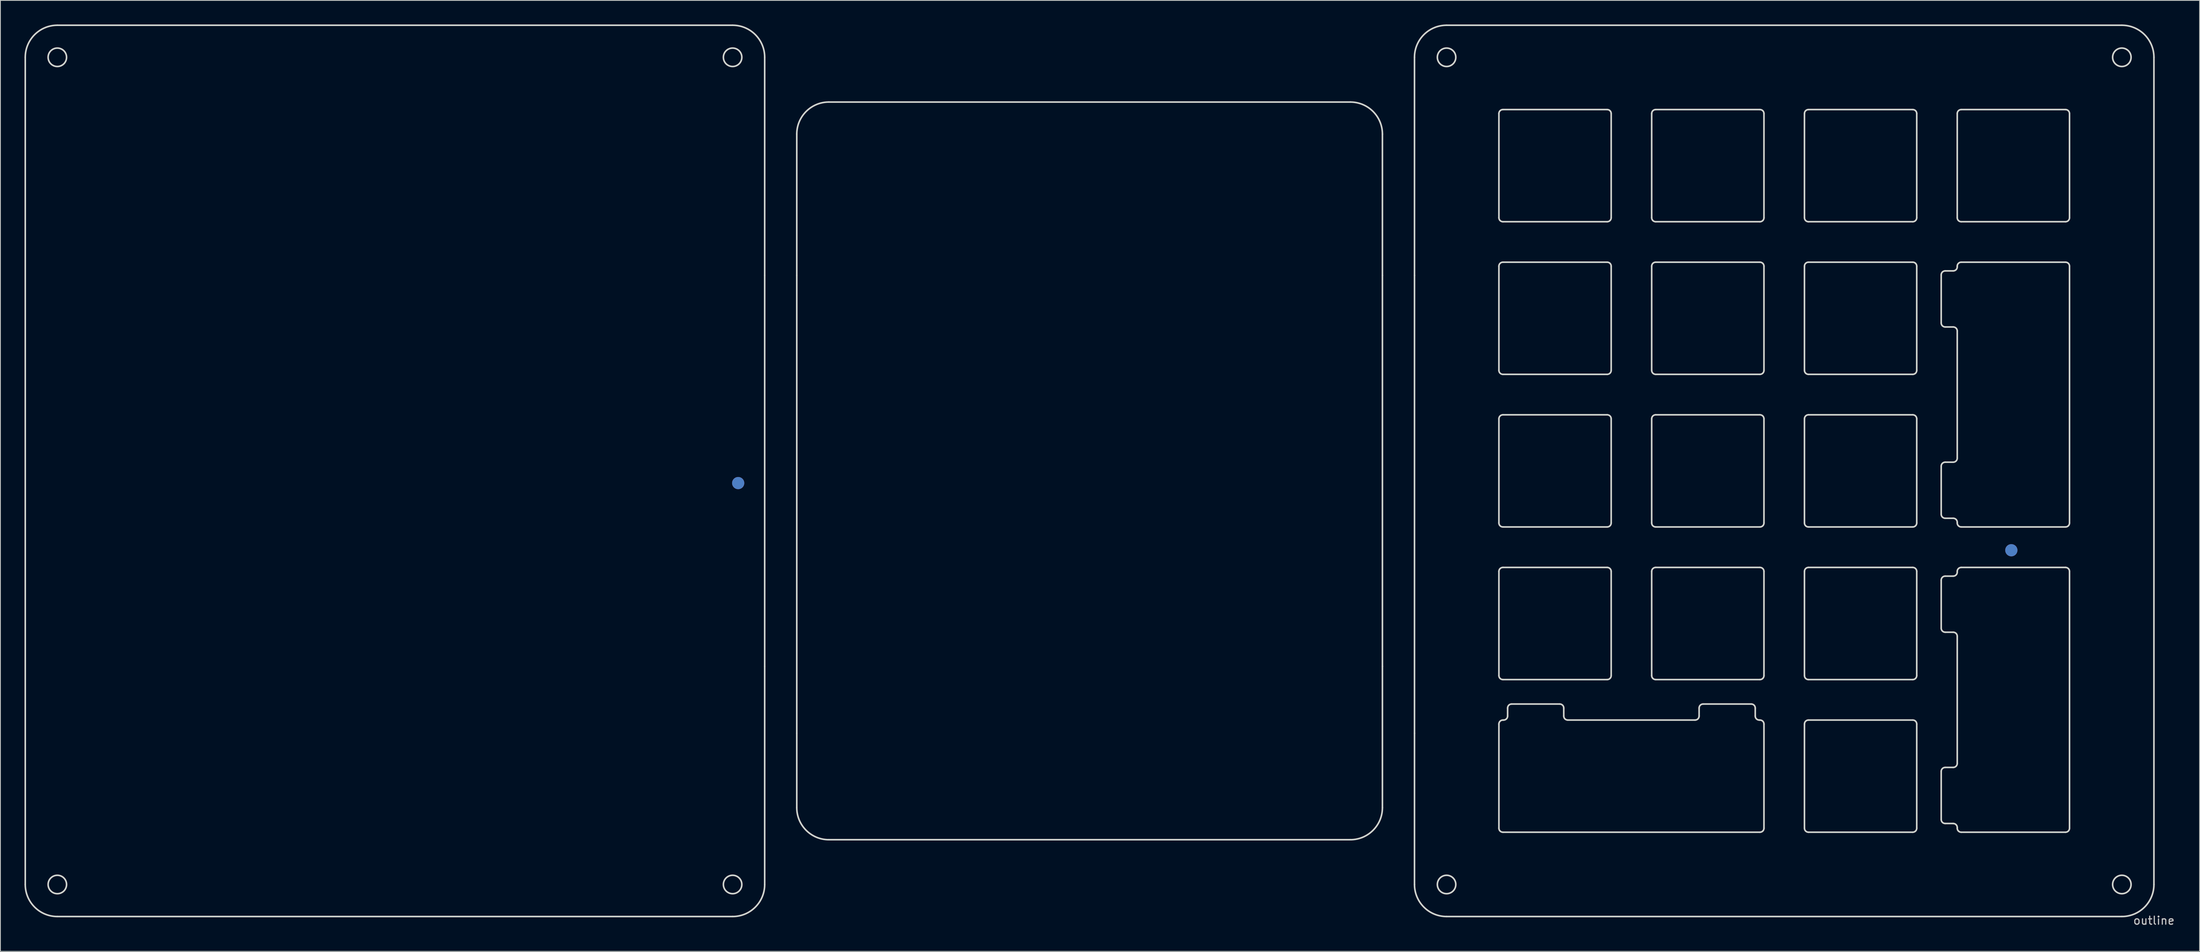
<source format=kicad_pcb>
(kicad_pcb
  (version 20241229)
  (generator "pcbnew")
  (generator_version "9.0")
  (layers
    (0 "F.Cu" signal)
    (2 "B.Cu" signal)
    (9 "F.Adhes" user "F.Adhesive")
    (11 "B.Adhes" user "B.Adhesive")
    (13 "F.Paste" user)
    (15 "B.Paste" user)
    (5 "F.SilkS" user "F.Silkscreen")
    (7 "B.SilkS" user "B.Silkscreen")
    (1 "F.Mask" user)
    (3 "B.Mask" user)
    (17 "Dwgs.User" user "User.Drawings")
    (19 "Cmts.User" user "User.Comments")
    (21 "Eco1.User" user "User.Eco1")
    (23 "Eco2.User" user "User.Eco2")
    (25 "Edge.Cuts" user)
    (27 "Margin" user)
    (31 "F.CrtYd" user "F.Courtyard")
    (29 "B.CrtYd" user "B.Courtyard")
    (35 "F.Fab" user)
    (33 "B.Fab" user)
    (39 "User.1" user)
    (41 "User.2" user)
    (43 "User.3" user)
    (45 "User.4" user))
  (footprint "outline"
    (layer "F.Cu")
    (at 265.525 111.35)
    (property "Reference" "outline" (at 0 0.5 0) (layer "Dwgs.User") (effects (font (size 1 1) (thickness 0.15))))
    (attr through_hole)
    (fp_line (start -265.425 -4) (end -265.425 -107.25) (stroke (width 0.2) (type solid)) (layer "Edge.Cuts"))
    (fp_line (start -261.425 -111.25) (end -177.225 -111.25) (stroke (width 0.2) (type solid)) (layer "Edge.Cuts"))
    (fp_line (start -177.225 0) (end -261.425 0) (stroke (width 0.2) (type solid)) (layer "Edge.Cuts"))
    (fp_line (start -173.225 -107.25) (end -173.225 -80.025) (stroke (width 0.2) (type solid)) (layer "Edge.Cuts"))
    (fp_line (start -173.225 -80.025) (end -173.225 -31.225) (stroke (width 0.2) (type solid)) (layer "Edge.Cuts"))
    (fp_line (start -173.225 -31.225) (end -173.225 -4) (stroke (width 0.2) (type solid)) (layer "Edge.Cuts"))
    (fp_line (start -169.225 -80.025) (end -169.225 -97.662) (stroke (width 0.2) (type solid)) (layer "Edge.Cuts"))
    (fp_line (start -169.225 -22.875) (end -169.225 -80.025) (stroke (width 0.2) (type solid)) (layer "Edge.Cuts"))
    (fp_line (start -169.225 -13.588) (end -169.225 -22.875) (stroke (width 0.2) (type solid)) (layer "Edge.Cuts"))
    (fp_line (start -165.225 -101.662) (end -100.2 -101.662) (stroke (width 0.2) (type solid)) (layer "Edge.Cuts"))
    (fp_line (start -100.2 -9.588) (end -165.225 -9.588) (stroke (width 0.2) (type solid)) (layer "Edge.Cuts"))
    (fp_line (start -96.2 -97.662) (end -96.2 -80.025) (stroke (width 0.2) (type solid)) (layer "Edge.Cuts"))
    (fp_line (start -96.2 -80.025) (end -96.2 -31.225) (stroke (width 0.2) (type solid)) (layer "Edge.Cuts"))
    (fp_line (start -96.2 -31.225) (end -96.2 -13.588) (stroke (width 0.2) (type solid)) (layer "Edge.Cuts"))
    (fp_line (start -92.2 -80.025) (end -92.2 -107.25) (stroke (width 0.2) (type solid)) (layer "Edge.Cuts"))
    (fp_line (start -92.2 -22.875) (end -92.2 -80.025) (stroke (width 0.2) (type solid)) (layer "Edge.Cuts"))
    (fp_line (start -92.2 -4) (end -92.2 -22.875) (stroke (width 0.2) (type solid)) (layer "Edge.Cuts"))
    (fp_line (start -88.2 -111.25) (end -4 -111.25) (stroke (width 0.2) (type solid)) (layer "Edge.Cuts"))
    (fp_line (start -81.675 -100.225) (end -81.675 -87.225) (stroke (width 0.2) (type solid)) (layer "Edge.Cuts"))
    (fp_line (start -81.675 -68.175) (end -81.675 -81.175) (stroke (width 0.2) (type solid)) (layer "Edge.Cuts"))
    (fp_line (start -81.675 -62.125) (end -81.675 -49.125) (stroke (width 0.2) (type solid)) (layer "Edge.Cuts"))
    (fp_line (start -81.675 -43.075) (end -81.675 -30.075) (stroke (width 0.2) (type solid)) (layer "Edge.Cuts"))
    (fp_line (start -81.675 -24.025) (end -81.675 -11.025) (stroke (width 0.2) (type solid)) (layer "Edge.Cuts"))
    (fp_line (start -81.175 -86.725) (end -68.175 -86.725) (stroke (width 0.2) (type solid)) (layer "Edge.Cuts"))
    (fp_line (start -81.175 -81.675) (end -68.175 -81.675) (stroke (width 0.2) (type solid)) (layer "Edge.Cuts"))
    (fp_line (start -81.175 -48.625) (end -68.175 -48.625) (stroke (width 0.2) (type solid)) (layer "Edge.Cuts"))
    (fp_line (start -81.175 -29.575) (end -68.175 -29.575) (stroke (width 0.2) (type solid)) (layer "Edge.Cuts"))
    (fp_line (start -81.175 -10.525) (end -49.125 -10.525) (stroke (width 0.2) (type solid)) (layer "Edge.Cuts"))
    (fp_line (start -81.088 -24.525) (end -81.175 -24.525) (stroke (width 0.2) (type solid)) (layer "Edge.Cuts"))
    (fp_line (start -80.588 -26.025) (end -80.588 -25.025) (stroke (width 0.2) (type solid)) (layer "Edge.Cuts"))
    (fp_line (start -74.088 -26.525) (end -80.088 -26.525) (stroke (width 0.2) (type solid)) (layer "Edge.Cuts"))
    (fp_line (start -73.588 -25.025) (end -73.588 -26.025) (stroke (width 0.2) (type solid)) (layer "Edge.Cuts"))
    (fp_line (start -68.175 -100.725) (end -81.175 -100.725) (stroke (width 0.2) (type solid)) (layer "Edge.Cuts"))
    (fp_line (start -68.175 -67.675) (end -81.175 -67.675) (stroke (width 0.2) (type solid)) (layer "Edge.Cuts"))
    (fp_line (start -68.175 -62.625) (end -81.175 -62.625) (stroke (width 0.2) (type solid)) (layer "Edge.Cuts"))
    (fp_line (start -68.175 -43.575) (end -81.175 -43.575) (stroke (width 0.2) (type solid)) (layer "Edge.Cuts"))
    (fp_line (start -67.675 -87.225) (end -67.675 -100.225) (stroke (width 0.2) (type solid)) (layer "Edge.Cuts"))
    (fp_line (start -67.675 -81.175) (end -67.675 -68.175) (stroke (width 0.2) (type solid)) (layer "Edge.Cuts"))
    (fp_line (start -67.675 -49.125) (end -67.675 -62.125) (stroke (width 0.2) (type solid)) (layer "Edge.Cuts"))
    (fp_line (start -67.675 -30.075) (end -67.675 -43.075) (stroke (width 0.2) (type solid)) (layer "Edge.Cuts"))
    (fp_line (start -62.625 -100.225) (end -62.625 -87.225) (stroke (width 0.2) (type solid)) (layer "Edge.Cuts"))
    (fp_line (start -62.625 -81.175) (end -62.625 -68.175) (stroke (width 0.2) (type solid)) (layer "Edge.Cuts"))
    (fp_line (start -62.625 -62.125) (end -62.625 -49.125) (stroke (width 0.2) (type solid)) (layer "Edge.Cuts"))
    (fp_line (start -62.625 -43.075) (end -62.625 -30.075) (stroke (width 0.2) (type solid)) (layer "Edge.Cuts"))
    (fp_line (start -62.125 -86.725) (end -49.125 -86.725) (stroke (width 0.2) (type solid)) (layer "Edge.Cuts"))
    (fp_line (start -62.125 -67.675) (end -49.125 -67.675) (stroke (width 0.2) (type solid)) (layer "Edge.Cuts"))
    (fp_line (start -62.125 -48.625) (end -49.125 -48.625) (stroke (width 0.2) (type solid)) (layer "Edge.Cuts"))
    (fp_line (start -62.125 -29.575) (end -49.125 -29.575) (stroke (width 0.2) (type solid)) (layer "Edge.Cuts"))
    (fp_line (start -57.212 -24.525) (end -73.088 -24.525) (stroke (width 0.2) (type solid)) (layer "Edge.Cuts"))
    (fp_line (start -56.712 -26.025) (end -56.712 -25.025) (stroke (width 0.2) (type solid)) (layer "Edge.Cuts"))
    (fp_line (start -50.212 -26.525) (end -56.212 -26.525) (stroke (width 0.2) (type solid)) (layer "Edge.Cuts"))
    (fp_line (start -49.712 -25.025) (end -49.712 -26.025) (stroke (width 0.2) (type solid)) (layer "Edge.Cuts"))
    (fp_line (start -49.125 -100.725) (end -62.125 -100.725) (stroke (width 0.2) (type solid)) (layer "Edge.Cuts"))
    (fp_line (start -49.125 -81.675) (end -62.125 -81.675) (stroke (width 0.2) (type solid)) (layer "Edge.Cuts"))
    (fp_line (start -49.125 -62.625) (end -62.125 -62.625) (stroke (width 0.2) (type solid)) (layer "Edge.Cuts"))
    (fp_line (start -49.125 -43.575) (end -62.125 -43.575) (stroke (width 0.2) (type solid)) (layer "Edge.Cuts"))
    (fp_line (start -49.125 -24.525) (end -49.212 -24.525) (stroke (width 0.2) (type solid)) (layer "Edge.Cuts"))
    (fp_line (start -48.625 -87.225) (end -48.625 -100.225) (stroke (width 0.2) (type solid)) (layer "Edge.Cuts"))
    (fp_line (start -48.625 -68.175) (end -48.625 -81.175) (stroke (width 0.2) (type solid)) (layer "Edge.Cuts"))
    (fp_line (start -48.625 -49.125) (end -48.625 -62.125) (stroke (width 0.2) (type solid)) (layer "Edge.Cuts"))
    (fp_line (start -48.625 -30.075) (end -48.625 -43.075) (stroke (width 0.2) (type solid)) (layer "Edge.Cuts"))
    (fp_line (start -48.625 -11.025) (end -48.625 -24.025) (stroke (width 0.2) (type solid)) (layer "Edge.Cuts"))
    (fp_line (start -43.575 -87.225) (end -43.575 -100.225) (stroke (width 0.2) (type solid)) (layer "Edge.Cuts"))
    (fp_line (start -43.575 -81.175) (end -43.575 -68.175) (stroke (width 0.2) (type solid)) (layer "Edge.Cuts"))
    (fp_line (start -43.575 -62.125) (end -43.575 -49.125) (stroke (width 0.2) (type solid)) (layer "Edge.Cuts"))
    (fp_line (start -43.575 -43.075) (end -43.575 -30.075) (stroke (width 0.2) (type solid)) (layer "Edge.Cuts"))
    (fp_line (start -43.575 -24.025) (end -43.575 -11.025) (stroke (width 0.2) (type solid)) (layer "Edge.Cuts"))
    (fp_line (start -43.075 -100.725) (end -30.075 -100.725) (stroke (width 0.2) (type solid)) (layer "Edge.Cuts"))
    (fp_line (start -43.075 -67.675) (end -30.075 -67.675) (stroke (width 0.2) (type solid)) (layer "Edge.Cuts"))
    (fp_line (start -43.075 -48.625) (end -30.075 -48.625) (stroke (width 0.2) (type solid)) (layer "Edge.Cuts"))
    (fp_line (start -43.075 -29.575) (end -30.075 -29.575) (stroke (width 0.2) (type solid)) (layer "Edge.Cuts"))
    (fp_line (start -43.075 -10.525) (end -30.075 -10.525) (stroke (width 0.2) (type solid)) (layer "Edge.Cuts"))
    (fp_line (start -30.075 -86.725) (end -43.075 -86.725) (stroke (width 0.2) (type solid)) (layer "Edge.Cuts"))
    (fp_line (start -30.075 -81.675) (end -43.075 -81.675) (stroke (width 0.2) (type solid)) (layer "Edge.Cuts"))
    (fp_line (start -30.075 -62.625) (end -43.075 -62.625) (stroke (width 0.2) (type solid)) (layer "Edge.Cuts"))
    (fp_line (start -30.075 -43.575) (end -43.075 -43.575) (stroke (width 0.2) (type solid)) (layer "Edge.Cuts"))
    (fp_line (start -30.075 -24.525) (end -43.075 -24.525) (stroke (width 0.2) (type solid)) (layer "Edge.Cuts"))
    (fp_line (start -29.575 -100.225) (end -29.575 -87.225) (stroke (width 0.2) (type solid)) (layer "Edge.Cuts"))
    (fp_line (start -29.575 -68.175) (end -29.575 -81.175) (stroke (width 0.2) (type solid)) (layer "Edge.Cuts"))
    (fp_line (start -29.575 -49.125) (end -29.575 -62.125) (stroke (width 0.2) (type solid)) (layer "Edge.Cuts"))
    (fp_line (start -29.575 -30.075) (end -29.575 -43.075) (stroke (width 0.2) (type solid)) (layer "Edge.Cuts"))
    (fp_line (start -29.575 -11.025) (end -29.575 -24.025) (stroke (width 0.2) (type solid)) (layer "Edge.Cuts"))
    (fp_line (start -26.525 -80.088) (end -26.525 -74.088) (stroke (width 0.2) (type solid)) (layer "Edge.Cuts"))
    (fp_line (start -26.525 -56.212) (end -26.525 -50.212) (stroke (width 0.2) (type solid)) (layer "Edge.Cuts"))
    (fp_line (start -26.525 -41.988) (end -26.525 -35.988) (stroke (width 0.2) (type solid)) (layer "Edge.Cuts"))
    (fp_line (start -26.525 -18.112) (end -26.525 -12.112) (stroke (width 0.2) (type solid)) (layer "Edge.Cuts"))
    (fp_line (start -26.025 -73.588) (end -25.025 -73.588) (stroke (width 0.2) (type solid)) (layer "Edge.Cuts"))
    (fp_line (start -26.025 -49.712) (end -25.025 -49.712) (stroke (width 0.2) (type solid)) (layer "Edge.Cuts"))
    (fp_line (start -26.025 -35.488) (end -25.025 -35.488) (stroke (width 0.2) (type solid)) (layer "Edge.Cuts"))
    (fp_line (start -26.025 -11.612) (end -25.025 -11.612) (stroke (width 0.2) (type solid)) (layer "Edge.Cuts"))
    (fp_line (start -25.025 -80.588) (end -26.025 -80.588) (stroke (width 0.2) (type solid)) (layer "Edge.Cuts"))
    (fp_line (start -25.025 -56.712) (end -26.025 -56.712) (stroke (width 0.2) (type solid)) (layer "Edge.Cuts"))
    (fp_line (start -25.025 -42.488) (end -26.025 -42.488) (stroke (width 0.2) (type solid)) (layer "Edge.Cuts"))
    (fp_line (start -25.025 -18.612) (end -26.025 -18.612) (stroke (width 0.2) (type solid)) (layer "Edge.Cuts"))
    (fp_line (start -24.525 -100.225) (end -24.525 -87.225) (stroke (width 0.2) (type solid)) (layer "Edge.Cuts"))
    (fp_line (start -24.525 -81.175) (end -24.525 -81.088) (stroke (width 0.2) (type solid)) (layer "Edge.Cuts"))
    (fp_line (start -24.525 -73.088) (end -24.525 -57.212) (stroke (width 0.2) (type solid)) (layer "Edge.Cuts"))
    (fp_line (start -24.525 -49.212) (end -24.525 -49.125) (stroke (width 0.2) (type solid)) (layer "Edge.Cuts"))
    (fp_line (start -24.525 -43.075) (end -24.525 -42.988) (stroke (width 0.2) (type solid)) (layer "Edge.Cuts"))
    (fp_line (start -24.525 -34.988) (end -24.525 -19.112) (stroke (width 0.2) (type solid)) (layer "Edge.Cuts"))
    (fp_line (start -24.525 -11.112) (end -24.525 -11.025) (stroke (width 0.2) (type solid)) (layer "Edge.Cuts"))
    (fp_line (start -24.025 -86.725) (end -11.025 -86.725) (stroke (width 0.2) (type solid)) (layer "Edge.Cuts"))
    (fp_line (start -24.025 -48.625) (end -11.025 -48.625) (stroke (width 0.2) (type solid)) (layer "Edge.Cuts"))
    (fp_line (start -24.025 -10.525) (end -11.025 -10.525) (stroke (width 0.2) (type solid)) (layer "Edge.Cuts"))
    (fp_line (start -11.025 -100.725) (end -24.025 -100.725) (stroke (width 0.2) (type solid)) (layer "Edge.Cuts"))
    (fp_line (start -11.025 -81.675) (end -24.025 -81.675) (stroke (width 0.2) (type solid)) (layer "Edge.Cuts"))
    (fp_line (start -11.025 -43.575) (end -24.025 -43.575) (stroke (width 0.2) (type solid)) (layer "Edge.Cuts"))
    (fp_line (start -10.525 -87.225) (end -10.525 -100.225) (stroke (width 0.2) (type solid)) (layer "Edge.Cuts"))
    (fp_line (start -10.525 -49.125) (end -10.525 -81.175) (stroke (width 0.2) (type solid)) (layer "Edge.Cuts"))
    (fp_line (start -10.525 -11.025) (end -10.525 -43.075) (stroke (width 0.2) (type solid)) (layer "Edge.Cuts"))
    (fp_line (start -4 0) (end -88.2 0) (stroke (width 0.2) (type solid)) (layer "Edge.Cuts"))
    (fp_line (start 0 -107.25) (end 0 -4) (stroke (width 0.2) (type solid)) (layer "Edge.Cuts"))
    (fp_arc (start -265.425 -107.25) (mid -264.253427 -110.078427) (end -261.425 -111.25) (stroke (width 0.2) (type solid)) (layer "Edge.Cuts"))
    (fp_arc (start -261.425 0) (mid -264.253427 -1.171573) (end -265.425 -4) (stroke (width 0.2) (type solid)) (layer "Edge.Cuts"))
    (fp_arc (start -177.225 -111.25) (mid -174.396573 -110.078427) (end -173.225 -107.25) (stroke (width 0.2) (type solid)) (layer "Edge.Cuts"))
    (fp_arc (start -173.225 -4) (mid -174.396573 -1.171573) (end -177.225 0) (stroke (width 0.2) (type solid)) (layer "Edge.Cuts"))
    (fp_arc (start -169.225 -97.6625) (mid -168.053427 -100.490927) (end -165.225 -101.6625) (stroke (width 0.2) (type solid)) (layer "Edge.Cuts"))
    (fp_arc (start -165.225 -9.5875) (mid -168.053427 -10.759073) (end -169.225 -13.5875) (stroke (width 0.2) (type solid)) (layer "Edge.Cuts"))
    (fp_arc (start -100.2 -101.6625) (mid -97.371573 -100.490927) (end -96.2 -97.6625) (stroke (width 0.2) (type solid)) (layer "Edge.Cuts"))
    (fp_arc (start -96.2 -13.5875) (mid -97.371573 -10.759073) (end -100.2 -9.5875) (stroke (width 0.2) (type solid)) (layer "Edge.Cuts"))
    (fp_arc (start -92.2 -107.25) (mid -91.028427 -110.078427) (end -88.2 -111.25) (stroke (width 0.2) (type solid)) (layer "Edge.Cuts"))
    (fp_arc (start -88.2 0) (mid -91.028427 -1.171573) (end -92.2 -4) (stroke (width 0.2) (type solid)) (layer "Edge.Cuts"))
    (fp_arc (start -81.675 -100.225) (mid -81.528553 -100.578553) (end -81.175 -100.725) (stroke (width 0.2) (type solid)) (layer "Edge.Cuts"))
    (fp_arc (start -81.675 -81.175) (mid -81.528553 -81.528553) (end -81.175 -81.675) (stroke (width 0.2) (type solid)) (layer "Edge.Cuts"))
    (fp_arc (start -81.675 -62.125) (mid -81.528553 -62.478553) (end -81.175 -62.625) (stroke (width 0.2) (type solid)) (layer "Edge.Cuts"))
    (fp_arc (start -81.675 -43.075) (mid -81.528553 -43.428553) (end -81.175 -43.575) (stroke (width 0.2) (type solid)) (layer "Edge.Cuts"))
    (fp_arc (start -81.675 -24.025) (mid -81.528553 -24.378553) (end -81.175 -24.525) (stroke (width 0.2) (type solid)) (layer "Edge.Cuts"))
    (fp_arc (start -81.175 -86.725) (mid -81.528553 -86.871447) (end -81.675 -87.225) (stroke (width 0.2) (type solid)) (layer "Edge.Cuts"))
    (fp_arc (start -81.175 -67.675) (mid -81.528553 -67.821447) (end -81.675 -68.175) (stroke (width 0.2) (type solid)) (layer "Edge.Cuts"))
    (fp_arc (start -81.175 -48.625) (mid -81.528553 -48.771447) (end -81.675 -49.125) (stroke (width 0.2) (type solid)) (layer "Edge.Cuts"))
    (fp_arc (start -81.175 -29.575) (mid -81.528553 -29.721447) (end -81.675 -30.075) (stroke (width 0.2) (type solid)) (layer "Edge.Cuts"))
    (fp_arc (start -81.175 -10.525) (mid -81.528553 -10.671447) (end -81.675 -11.025) (stroke (width 0.2) (type solid)) (layer "Edge.Cuts"))
    (fp_arc (start -80.588 -26.025) (mid -80.441553 -26.378553) (end -80.088 -26.525) (stroke (width 0.2) (type solid)) (layer "Edge.Cuts"))
    (fp_arc (start -80.588 -25.025) (mid -80.734447 -24.671447) (end -81.088 -24.525) (stroke (width 0.2) (type solid)) (layer "Edge.Cuts"))
    (fp_arc (start -74.088 -26.525) (mid -73.734447 -26.378553) (end -73.588 -26.025) (stroke (width 0.2) (type solid)) (layer "Edge.Cuts"))
    (fp_arc (start -73.088 -24.525) (mid -73.441553 -24.671447) (end -73.588 -25.025) (stroke (width 0.2) (type solid)) (layer "Edge.Cuts"))
    (fp_arc (start -68.175 -100.725) (mid -67.821447 -100.578553) (end -67.675 -100.225) (stroke (width 0.2) (type solid)) (layer "Edge.Cuts"))
    (fp_arc (start -68.175 -81.675) (mid -67.821447 -81.528553) (end -67.675 -81.175) (stroke (width 0.2) (type solid)) (layer "Edge.Cuts"))
    (fp_arc (start -68.175 -62.625) (mid -67.821447 -62.478553) (end -67.675 -62.125) (stroke (width 0.2) (type solid)) (layer "Edge.Cuts"))
    (fp_arc (start -68.175 -43.575) (mid -67.821447 -43.428553) (end -67.675 -43.075) (stroke (width 0.2) (type solid)) (layer "Edge.Cuts"))
    (fp_arc (start -67.675 -87.225) (mid -67.821447 -86.871447) (end -68.175 -86.725) (stroke (width 0.2) (type solid)) (layer "Edge.Cuts"))
    (fp_arc (start -67.675 -68.175) (mid -67.821447 -67.821447) (end -68.175 -67.675) (stroke (width 0.2) (type solid)) (layer "Edge.Cuts"))
    (fp_arc (start -67.675 -49.125) (mid -67.821447 -48.771447) (end -68.175 -48.625) (stroke (width 0.2) (type solid)) (layer "Edge.Cuts"))
    (fp_arc (start -67.675 -30.075) (mid -67.821447 -29.721447) (end -68.175 -29.575) (stroke (width 0.2) (type solid)) (layer "Edge.Cuts"))
    (fp_arc (start -62.625 -100.225) (mid -62.478553 -100.578553) (end -62.125 -100.725) (stroke (width 0.2) (type solid)) (layer "Edge.Cuts"))
    (fp_arc (start -62.625 -81.175) (mid -62.478553 -81.528553) (end -62.125 -81.675) (stroke (width 0.2) (type solid)) (layer "Edge.Cuts"))
    (fp_arc (start -62.625 -62.125) (mid -62.478553 -62.478553) (end -62.125 -62.625) (stroke (width 0.2) (type solid)) (layer "Edge.Cuts"))
    (fp_arc (start -62.625 -43.075) (mid -62.478553 -43.428553) (end -62.125 -43.575) (stroke (width 0.2) (type solid)) (layer "Edge.Cuts"))
    (fp_arc (start -62.125 -86.725) (mid -62.478553 -86.871447) (end -62.625 -87.225) (stroke (width 0.2) (type solid)) (layer "Edge.Cuts"))
    (fp_arc (start -62.125 -67.675) (mid -62.478553 -67.821447) (end -62.625 -68.175) (stroke (width 0.2) (type solid)) (layer "Edge.Cuts"))
    (fp_arc (start -62.125 -48.625) (mid -62.478553 -48.771447) (end -62.625 -49.125) (stroke (width 0.2) (type solid)) (layer "Edge.Cuts"))
    (fp_arc (start -62.125 -29.575) (mid -62.478553 -29.721447) (end -62.625 -30.075) (stroke (width 0.2) (type solid)) (layer "Edge.Cuts"))
    (fp_arc (start -56.712 -26.025) (mid -56.565553 -26.378553) (end -56.212 -26.525) (stroke (width 0.2) (type solid)) (layer "Edge.Cuts"))
    (fp_arc (start -56.712 -25.025) (mid -56.858447 -24.671447) (end -57.212 -24.525) (stroke (width 0.2) (type solid)) (layer "Edge.Cuts"))
    (fp_arc (start -50.212 -26.525) (mid -49.858447 -26.378553) (end -49.712 -26.025) (stroke (width 0.2) (type solid)) (layer "Edge.Cuts"))
    (fp_arc (start -49.212 -24.525) (mid -49.565553 -24.671447) (end -49.712 -25.025) (stroke (width 0.2) (type solid)) (layer "Edge.Cuts"))
    (fp_arc (start -49.125 -100.725) (mid -48.771447 -100.578553) (end -48.625 -100.225) (stroke (width 0.2) (type solid)) (layer "Edge.Cuts"))
    (fp_arc (start -49.125 -81.675) (mid -48.771447 -81.528553) (end -48.625 -81.175) (stroke (width 0.2) (type solid)) (layer "Edge.Cuts"))
    (fp_arc (start -49.125 -62.625) (mid -48.771447 -62.478553) (end -48.625 -62.125) (stroke (width 0.2) (type solid)) (layer "Edge.Cuts"))
    (fp_arc (start -49.125 -43.575) (mid -48.771447 -43.428553) (end -48.625 -43.075) (stroke (width 0.2) (type solid)) (layer "Edge.Cuts"))
    (fp_arc (start -49.125 -24.525) (mid -48.771447 -24.378553) (end -48.625 -24.025) (stroke (width 0.2) (type solid)) (layer "Edge.Cuts"))
    (fp_arc (start -48.625 -87.225) (mid -48.771447 -86.871447) (end -49.125 -86.725) (stroke (width 0.2) (type solid)) (layer "Edge.Cuts"))
    (fp_arc (start -48.625 -68.175) (mid -48.771447 -67.821447) (end -49.125 -67.675) (stroke (width 0.2) (type solid)) (layer "Edge.Cuts"))
    (fp_arc (start -48.625 -49.125) (mid -48.771447 -48.771447) (end -49.125 -48.625) (stroke (width 0.2) (type solid)) (layer "Edge.Cuts"))
    (fp_arc (start -48.625 -30.075) (mid -48.771447 -29.721447) (end -49.125 -29.575) (stroke (width 0.2) (type solid)) (layer "Edge.Cuts"))
    (fp_arc (start -48.625 -11.025) (mid -48.771447 -10.671447) (end -49.125 -10.525) (stroke (width 0.2) (type solid)) (layer "Edge.Cuts"))
    (fp_arc (start -43.575 -100.225) (mid -43.428553 -100.578553) (end -43.075 -100.725) (stroke (width 0.2) (type solid)) (layer "Edge.Cuts"))
    (fp_arc (start -43.575 -81.175) (mid -43.428553 -81.528553) (end -43.075 -81.675) (stroke (width 0.2) (type solid)) (layer "Edge.Cuts"))
    (fp_arc (start -43.575 -62.125) (mid -43.428553 -62.478553) (end -43.075 -62.625) (stroke (width 0.2) (type solid)) (layer "Edge.Cuts"))
    (fp_arc (start -43.575 -43.075) (mid -43.428553 -43.428553) (end -43.075 -43.575) (stroke (width 0.2) (type solid)) (layer "Edge.Cuts"))
    (fp_arc (start -43.575 -24.025) (mid -43.428553 -24.378553) (end -43.075 -24.525) (stroke (width 0.2) (type solid)) (layer "Edge.Cuts"))
    (fp_arc (start -43.075 -86.725) (mid -43.428553 -86.871447) (end -43.575 -87.225) (stroke (width 0.2) (type solid)) (layer "Edge.Cuts"))
    (fp_arc (start -43.075 -67.675) (mid -43.428553 -67.821447) (end -43.575 -68.175) (stroke (width 0.2) (type solid)) (layer "Edge.Cuts"))
    (fp_arc (start -43.075 -48.625) (mid -43.428553 -48.771447) (end -43.575 -49.125) (stroke (width 0.2) (type solid)) (layer "Edge.Cuts"))
    (fp_arc (start -43.075 -29.575) (mid -43.428553 -29.721447) (end -43.575 -30.075) (stroke (width 0.2) (type solid)) (layer "Edge.Cuts"))
    (fp_arc (start -43.075 -10.525) (mid -43.428553 -10.671447) (end -43.575 -11.025) (stroke (width 0.2) (type solid)) (layer "Edge.Cuts"))
    (fp_arc (start -30.075 -100.725) (mid -29.721447 -100.578553) (end -29.575 -100.225) (stroke (width 0.2) (type solid)) (layer "Edge.Cuts"))
    (fp_arc (start -30.075 -81.675) (mid -29.721447 -81.528553) (end -29.575 -81.175) (stroke (width 0.2) (type solid)) (layer "Edge.Cuts"))
    (fp_arc (start -30.075 -62.625) (mid -29.721447 -62.478553) (end -29.575 -62.125) (stroke (width 0.2) (type solid)) (layer "Edge.Cuts"))
    (fp_arc (start -30.075 -43.575) (mid -29.721447 -43.428553) (end -29.575 -43.075) (stroke (width 0.2) (type solid)) (layer "Edge.Cuts"))
    (fp_arc (start -30.075 -24.525) (mid -29.721447 -24.378553) (end -29.575 -24.025) (stroke (width 0.2) (type solid)) (layer "Edge.Cuts"))
    (fp_arc (start -29.575 -87.225) (mid -29.721447 -86.871447) (end -30.075 -86.725) (stroke (width 0.2) (type solid)) (layer "Edge.Cuts"))
    (fp_arc (start -29.575 -68.175) (mid -29.721447 -67.821447) (end -30.075 -67.675) (stroke (width 0.2) (type solid)) (layer "Edge.Cuts"))
    (fp_arc (start -29.575 -49.125) (mid -29.721447 -48.771447) (end -30.075 -48.625) (stroke (width 0.2) (type solid)) (layer "Edge.Cuts"))
    (fp_arc (start -29.575 -30.075) (mid -29.721447 -29.721447) (end -30.075 -29.575) (stroke (width 0.2) (type solid)) (layer "Edge.Cuts"))
    (fp_arc (start -29.575 -11.025) (mid -29.721447 -10.671447) (end -30.075 -10.525) (stroke (width 0.2) (type solid)) (layer "Edge.Cuts"))
    (fp_arc (start -26.525 -80.088) (mid -26.378553 -80.441553) (end -26.025 -80.588) (stroke (width 0.2) (type solid)) (layer "Edge.Cuts"))
    (fp_arc (start -26.525 -56.212) (mid -26.378553 -56.565553) (end -26.025 -56.712) (stroke (width 0.2) (type solid)) (layer "Edge.Cuts"))
    (fp_arc (start -26.525 -41.988) (mid -26.378553 -42.341553) (end -26.025 -42.488) (stroke (width 0.2) (type solid)) (layer "Edge.Cuts"))
    (fp_arc (start -26.525 -18.112) (mid -26.378553 -18.465553) (end -26.025 -18.612) (stroke (width 0.2) (type solid)) (layer "Edge.Cuts"))
    (fp_arc (start -26.025 -73.588) (mid -26.378553 -73.734447) (end -26.525 -74.088) (stroke (width 0.2) (type solid)) (layer "Edge.Cuts"))
    (fp_arc (start -26.025 -49.712) (mid -26.378553 -49.858447) (end -26.525 -50.212) (stroke (width 0.2) (type solid)) (layer "Edge.Cuts"))
    (fp_arc (start -26.025 -35.488) (mid -26.378553 -35.634447) (end -26.525 -35.988) (stroke (width 0.2) (type solid)) (layer "Edge.Cuts"))
    (fp_arc (start -26.025 -11.612) (mid -26.378553 -11.758447) (end -26.525 -12.112) (stroke (width 0.2) (type solid)) (layer "Edge.Cuts"))
    (fp_arc (start -25.025 -73.588) (mid -24.671447 -73.441553) (end -24.525 -73.088) (stroke (width 0.2) (type solid)) (layer "Edge.Cuts"))
    (fp_arc (start -25.025 -49.712) (mid -24.671447 -49.565553) (end -24.525 -49.212) (stroke (width 0.2) (type solid)) (layer "Edge.Cuts"))
    (fp_arc (start -25.025 -35.488) (mid -24.671447 -35.341553) (end -24.525 -34.988) (stroke (width 0.2) (type solid)) (layer "Edge.Cuts"))
    (fp_arc (start -25.025 -11.612) (mid -24.671447 -11.465553) (end -24.525 -11.112) (stroke (width 0.2) (type solid)) (layer "Edge.Cuts"))
    (fp_arc (start -24.525 -100.225) (mid -24.378553 -100.578553) (end -24.025 -100.725) (stroke (width 0.2) (type solid)) (layer "Edge.Cuts"))
    (fp_arc (start -24.525 -81.175) (mid -24.378553 -81.528553) (end -24.025 -81.675) (stroke (width 0.2) (type solid)) (layer "Edge.Cuts"))
    (fp_arc (start -24.525 -81.088) (mid -24.671447 -80.734447) (end -25.025 -80.588) (stroke (width 0.2) (type solid)) (layer "Edge.Cuts"))
    (fp_arc (start -24.525 -57.212) (mid -24.671447 -56.858447) (end -25.025 -56.712) (stroke (width 0.2) (type solid)) (layer "Edge.Cuts"))
    (fp_arc (start -24.525 -43.075) (mid -24.378553 -43.428553) (end -24.025 -43.575) (stroke (width 0.2) (type solid)) (layer "Edge.Cuts"))
    (fp_arc (start -24.525 -42.988) (mid -24.671447 -42.634447) (end -25.025 -42.488) (stroke (width 0.2) (type solid)) (layer "Edge.Cuts"))
    (fp_arc (start -24.525 -19.112) (mid -24.671447 -18.758447) (end -25.025 -18.612) (stroke (width 0.2) (type solid)) (layer "Edge.Cuts"))
    (fp_arc (start -24.025 -86.725) (mid -24.378553 -86.871447) (end -24.525 -87.225) (stroke (width 0.2) (type solid)) (layer "Edge.Cuts"))
    (fp_arc (start -24.025 -48.625) (mid -24.378553 -48.771447) (end -24.525 -49.125) (stroke (width 0.2) (type solid)) (layer "Edge.Cuts"))
    (fp_arc (start -24.025 -10.525) (mid -24.378553 -10.671447) (end -24.525 -11.025) (stroke (width 0.2) (type solid)) (layer "Edge.Cuts"))
    (fp_arc (start -11.025 -100.725) (mid -10.671447 -100.578553) (end -10.525 -100.225) (stroke (width 0.2) (type solid)) (layer "Edge.Cuts"))
    (fp_arc (start -11.025 -81.675) (mid -10.671447 -81.528553) (end -10.525 -81.175) (stroke (width 0.2) (type solid)) (layer "Edge.Cuts"))
    (fp_arc (start -11.025 -43.575) (mid -10.671447 -43.428553) (end -10.525 -43.075) (stroke (width 0.2) (type solid)) (layer "Edge.Cuts"))
    (fp_arc (start -10.525 -87.225) (mid -10.671447 -86.871447) (end -11.025 -86.725) (stroke (width 0.2) (type solid)) (layer "Edge.Cuts"))
    (fp_arc (start -10.525 -49.125) (mid -10.671447 -48.771447) (end -11.025 -48.625) (stroke (width 0.2) (type solid)) (layer "Edge.Cuts"))
    (fp_arc (start -10.525 -11.025) (mid -10.671447 -10.671447) (end -11.025 -10.525) (stroke (width 0.2) (type solid)) (layer "Edge.Cuts"))
    (fp_arc (start -4 -111.25) (mid -1.171573 -110.078427) (end 0 -107.25) (stroke (width 0.2) (type solid)) (layer "Edge.Cuts"))
    (fp_arc (start 0 -4) (mid -1.171573 -1.171573) (end -4 0) (stroke (width 0.2) (type solid)) (layer "Edge.Cuts"))
    (fp_circle (center -261.425 -107.25) (end -260.275 -107.25) (stroke (width 0.2) (type solid)) (fill no) (layer "Edge.Cuts"))
    (fp_circle (center -261.425 -4) (end -260.275 -4) (stroke (width 0.2) (type solid)) (fill no) (layer "Edge.Cuts"))
    (fp_circle (center -177.225 -107.25) (end -176.075 -107.25) (stroke (width 0.2) (type solid)) (fill no) (layer "Edge.Cuts"))
    (fp_circle (center -177.225 -4) (end -176.075 -4) (stroke (width 0.2) (type solid)) (fill no) (layer "Edge.Cuts"))
    (fp_circle (center -88.2 -107.25) (end -87.05 -107.25) (stroke (width 0.2) (type solid)) (fill no) (layer "Edge.Cuts"))
    (fp_circle (center -88.2 -4) (end -87.05 -4) (stroke (width 0.2) (type solid)) (fill no) (layer "Edge.Cuts"))
    (fp_circle (center -4 -107.25) (end -2.85 -107.25) (stroke (width 0.2) (type solid)) (fill no) (layer "Edge.Cuts"))
    (fp_circle (center -4 -4) (end -2.85 -4) (stroke (width 0.2) (type solid)) (fill no) (layer "Edge.Cuts"))
    (pad "1" smd circle (at -17.78 -45.72) (size 1.524 1.524) (layers "F.Cu"))
    (pad "1" smd circle (at -17.78 -45.72) (size 1.524 1.524) (layers "B.Cu"))
    (pad "2" smd circle (at -176.53 -54.102) (size 1.524 1.524) (layers "F.Cu"))
    (pad "2" smd circle (at -176.53 -54.102) (size 1.524 1.524) (layers "B.Cu")))
  (gr_rect
    (start -3 -3)
    (end 271.221 115.698)
    (stroke (width 0.1) (type default))
    (fill no)
    (layer "Edge.Cuts")))
</source>
